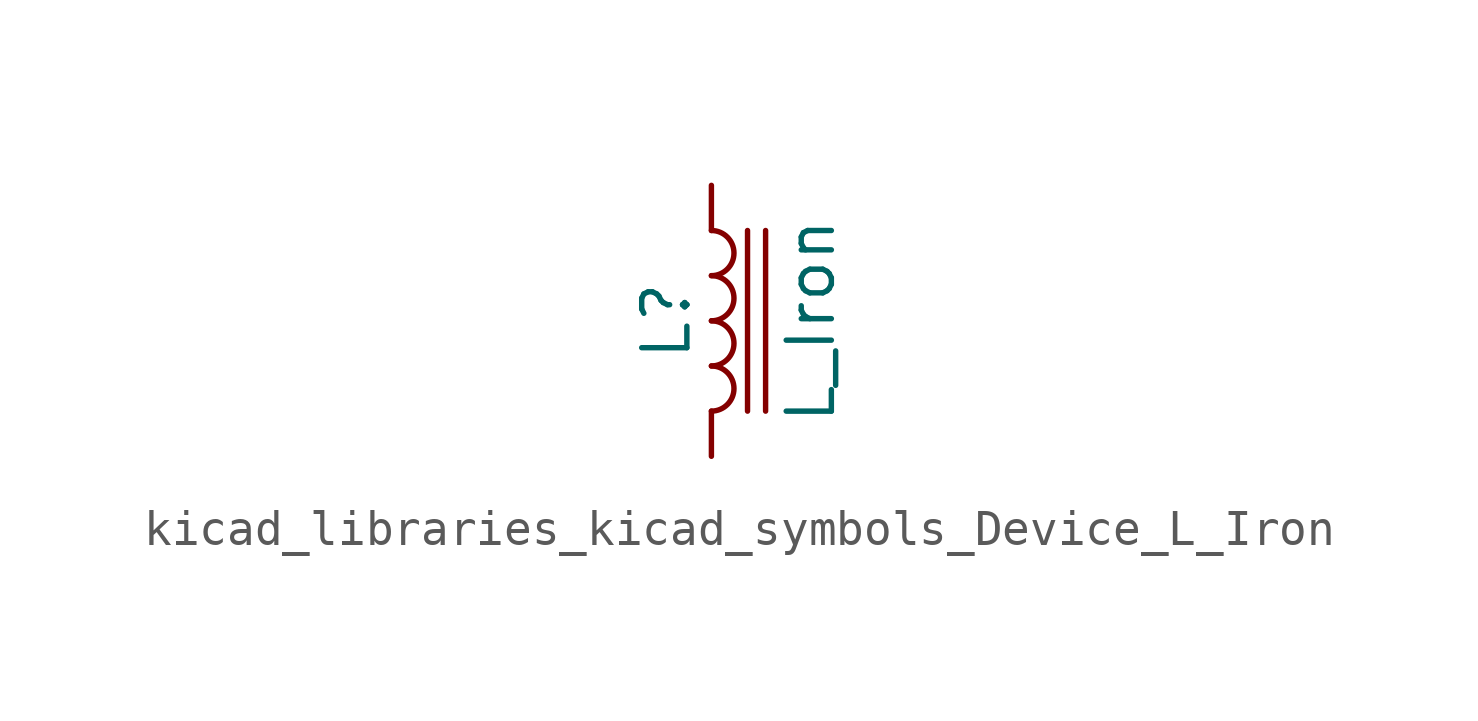
<source format=kicad_sym>
(kicad_symbol_lib
  (version 20220914)
  (generator kicad_symbol_editor)
  (symbol "kicad_libraries_kicad_symbols_Device_L_Iron"
    (pin_numbers hide)
    (pin_names
      (offset 1.016) hide)
    (property "Reference" "L"
      (at -1.27 0 90)
      (effects (font (size 1.27 1.27))))
    (property "Value" "L_Iron"
      (at 2.794 0 90)
      (effects (font (size 1.27 1.27))))
    (symbol "kicad_libraries_kicad_symbols_Device_L_Iron_0_1"
      (arc (start 0 -2.54) (mid 0.6323 -1.905) (end 0 -1.27) (stroke (width 0) (type default)) (fill (type none)))
      (arc (start 0 -1.27) (mid 0.6323 -0.635) (end 0 0) (stroke (width 0) (type default)) (fill (type none)))
      (polyline (pts (xy 1.016 2.54) (xy 1.016 -2.54)) (stroke (width 0) (type default)) (fill (type none)))
      (polyline (pts (xy 1.524 -2.54) (xy 1.524 2.54)) (stroke (width 0) (type default)) (fill (type none)))
      (arc (start 0 0) (mid 0.6323 0.635) (end 0 1.27) (stroke (width 0) (type default)) (fill (type none)))
      (arc (start 0 1.27) (mid 0.6323 1.905) (end 0 2.54) (stroke (width 0) (type default)) (fill (type none))))
    (symbol "kicad_libraries_kicad_symbols_Device_L_Iron_1_1"
      (pin passive line (at 0 3.81 270) (length 1.27) (name "1" (effects (font (size 1.27 1.27)))) (number "1" (effects (font (size 1.27 1.27)))))
      (pin passive line (at 0 -3.81 90) (length 1.27) (name "2" (effects (font (size 1.27 1.27)))) (number "2" (effects (font (size 1.27 1.27))))))))
</source>
